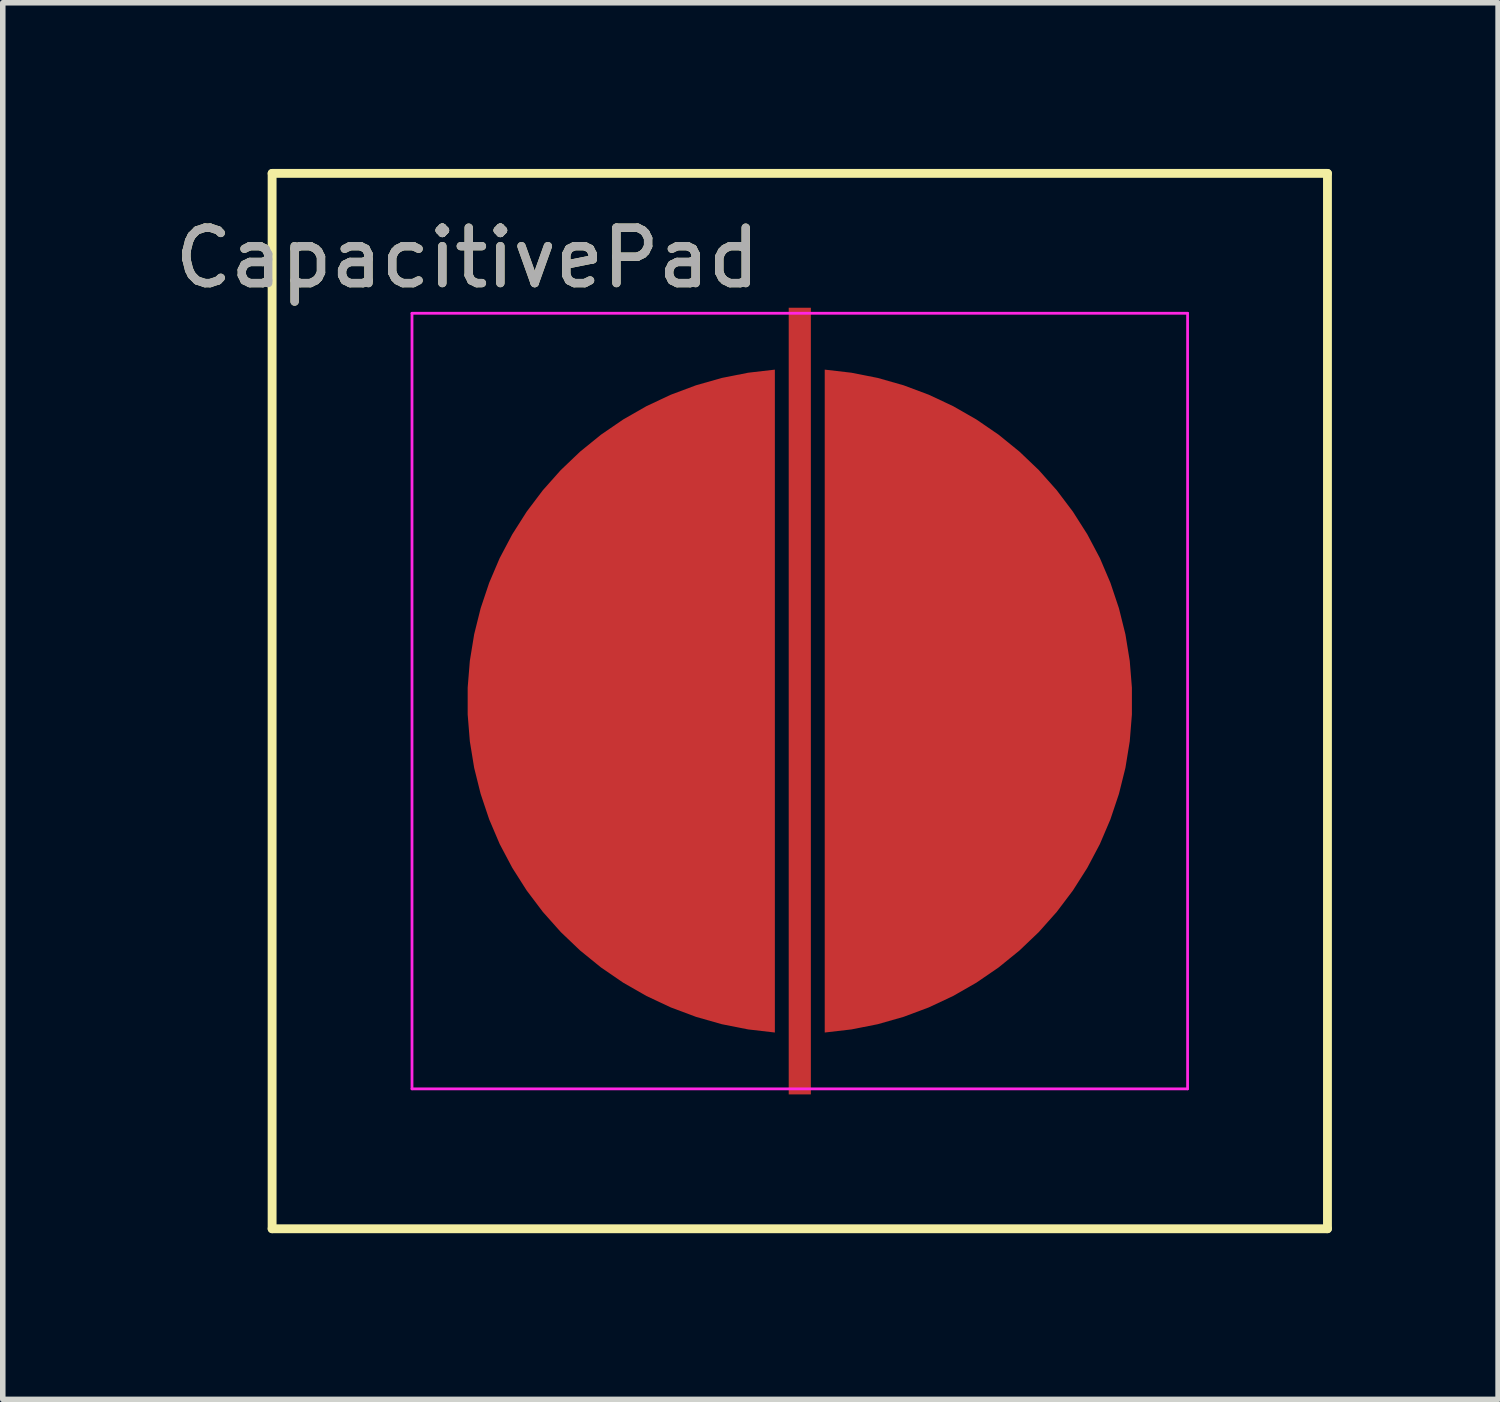
<source format=kicad_pcb>
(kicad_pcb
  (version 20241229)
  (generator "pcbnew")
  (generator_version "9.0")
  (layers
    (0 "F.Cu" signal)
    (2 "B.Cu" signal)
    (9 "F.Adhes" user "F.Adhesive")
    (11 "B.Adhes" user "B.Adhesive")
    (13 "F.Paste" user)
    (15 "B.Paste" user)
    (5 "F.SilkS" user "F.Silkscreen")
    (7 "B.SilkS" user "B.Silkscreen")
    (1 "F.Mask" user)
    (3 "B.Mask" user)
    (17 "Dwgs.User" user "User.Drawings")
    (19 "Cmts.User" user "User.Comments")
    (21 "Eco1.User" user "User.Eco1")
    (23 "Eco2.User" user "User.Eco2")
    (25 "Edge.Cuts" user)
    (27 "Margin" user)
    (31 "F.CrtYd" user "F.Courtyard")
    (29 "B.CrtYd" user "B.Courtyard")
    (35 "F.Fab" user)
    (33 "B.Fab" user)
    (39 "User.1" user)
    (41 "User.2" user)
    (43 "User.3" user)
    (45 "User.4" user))
  (footprint "CapacitivePad"
    (layer "F.Cu")
    (at 11.387 9.605)
    (property "Reference" "CapacitivePad" (at -6 -8 0) (layer "F.SilkS") (effects (font (size 1 1) (thickness 0.15))))
    (attr smd)
    (fp_line (start -9.525 -9.525) (end 9.525 -9.525) (stroke (width 0.16) (type solid)) (layer "F.SilkS"))
    (fp_line (start -9.525 9.525) (end -9.525 -9.525) (stroke (width 0.16) (type solid)) (layer "F.SilkS"))
    (fp_line (start -9.525 9.525) (end 9.525 9.525) (stroke (width 0.16) (type solid)) (layer "F.SilkS"))
    (fp_line (start 9.525 -9.525) (end 9.525 9.525) (stroke (width 0.16) (type solid)) (layer "F.SilkS"))
    (fp_line (start -7 -7) (end 7 -7) (stroke (width 0.05) (type solid)) (layer "F.CrtYd"))
    (fp_line (start -7 7) (end -7 -7) (stroke (width 0.05) (type solid)) (layer "F.CrtYd"))
    (fp_line (start -7 7) (end 7 7) (stroke (width 0.05) (type solid)) (layer "F.CrtYd"))
    (fp_line (start 7 -7) (end 7 7) (stroke (width 0.05) (type solid)) (layer "F.CrtYd"))
    (fp_text user "${REFERENCE}" (at -6 -8 0) (layer "F.Fab") (effects (font (size 1 1) (thickness 0.15))))
    (pad "1" smd custom (at -1 0) (size 0.6 0.6) (layers "F.Cu") (options (anchor circle)) (primitives (gr_poly (pts (xy 0.55 -5.983) (xy 0.068 -5.927) (xy -0.407 -5.833) (xy -0.874 -5.7) (xy -1.328 -5.53) (xy -1.767 -5.324) (xy -2.188 -5.083) (xy -2.588 -4.809) (xy -2.965 -4.503) (xy -3.315 -4.169) (xy -3.638 -3.806) (xy -3.93 -3.419) (xy -4.19 -3.01) (xy -4.417 -2.581) (xy -4.607 -2.135) (xy -4.761 -1.675) (xy -4.878 -1.205) (xy -4.956 -0.726) (xy -4.995 -0.242) (xy -4.995 0.242) (xy -4.956 0.726) (xy -4.878 1.205) (xy -4.761 1.675) (xy -4.607 2.135) (xy -4.417 2.581) (xy -4.19 3.01) (xy -3.93 3.419) (xy -3.638 3.806) (xy -3.315 4.169) (xy -2.965 4.503) (xy -2.588 4.809) (xy -2.188 5.083) (xy -1.767 5.324) (xy -1.328 5.53) (xy -0.874 5.7) (xy -0.407 5.833) (xy 0.068 5.927) (xy 0.55 5.983)) (width 0) (fill yes))))
    (pad "2" smd custom (at 1 0) (size 0.6 0.6) (layers "F.Cu") (options (anchor circle)) (primitives (gr_poly (pts (xy -0.068 5.927) (xy 0.407 5.833) (xy 0.874 5.7) (xy 1.328 5.53) (xy 1.767 5.324) (xy 2.188 5.083) (xy 2.588 4.809) (xy 2.965 4.503) (xy 3.315 4.169) (xy 3.638 3.806) (xy 3.93 3.419) (xy 4.19 3.01) (xy 4.417 2.581) (xy 4.607 2.135) (xy 4.761 1.675) (xy 4.878 1.205) (xy 4.956 0.726) (xy 4.995 0.242) (xy 4.995 -0.242) (xy 4.956 -0.726) (xy 4.878 -1.205) (xy 4.761 -1.675) (xy 4.607 -2.135) (xy 4.417 -2.581) (xy 4.19 -3.01) (xy 3.93 -3.419) (xy 3.638 -3.806) (xy 3.315 -4.169) (xy 2.965 -4.503) (xy 2.588 -4.809) (xy 2.188 -5.083) (xy 1.767 -5.324) (xy 1.328 -5.53) (xy 0.874 -5.7) (xy 0.407 -5.833) (xy -0.068 -5.927) (xy -0.55 -5.983) (xy -0.55 5.983)) (width 0) (fill yes))))
    (pad "3" smd custom (at 0 0) (size 0.3 0.3) (layers "F.Cu") (options (anchor circle)) (primitives (gr_poly (pts (xy 0.2 -7.1) (xy 0.2 7.1) (xy -0.2 7.1) (xy -0.2 -7.1)) (width 0) (fill yes)))))
  (gr_rect
    (start -3 -3)
    (end 23.992 22.21)
    (stroke (width 0.1) (type default))
    (fill no)
    (layer "Edge.Cuts")))
</source>
